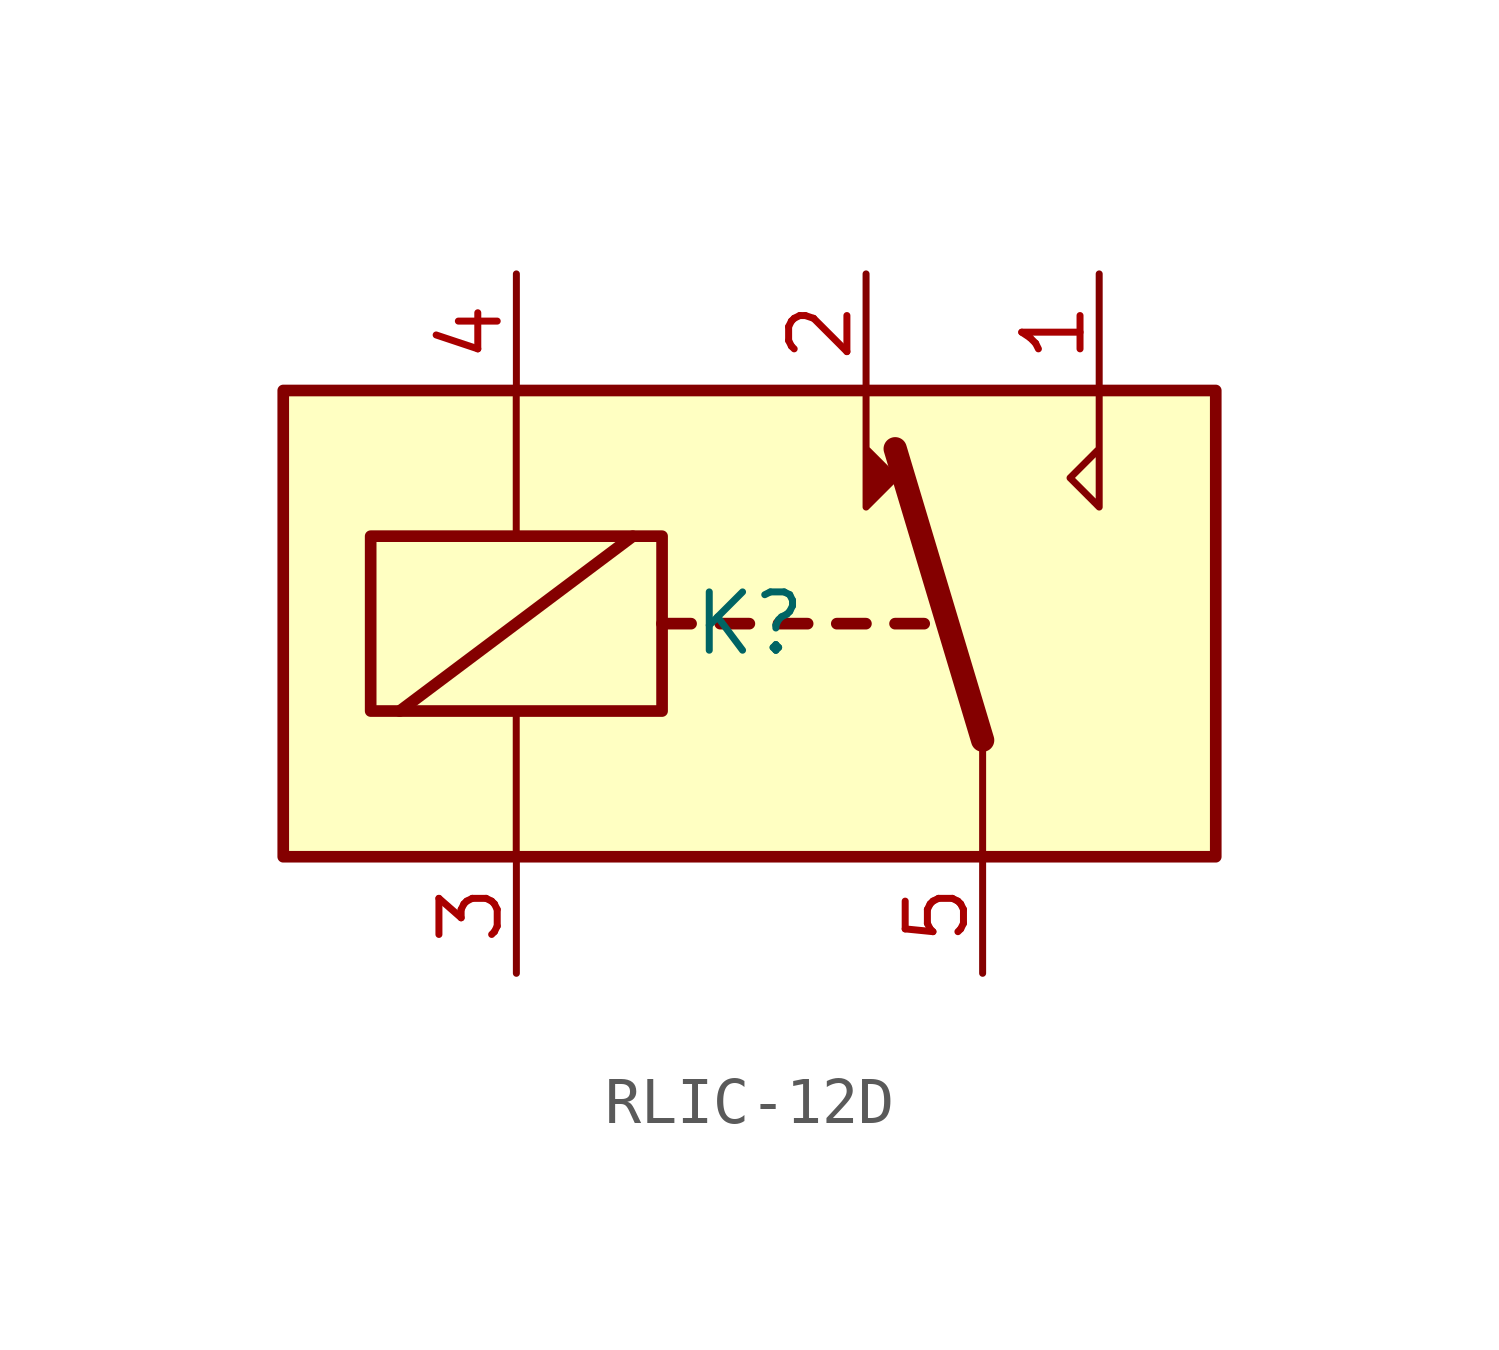
<source format=kicad_sym>
(kicad_symbol_lib
  (version 20241209)
  (generator "kicad_symbol_editor")
  (generator_version "9.0")
  (symbol "RLIC-12D"
    (property "Reference" "K"
      (at 0 0 0)
      (effects (font (size 1.27 1.27))))
    (property "Value" ""
      (at 0 0 0)
      (effects (font (size 1.27 1.27))))
    (symbol "RLIC-12D_0_0"
      (polyline (pts (xy 7.62 5.08) (xy 7.62 2.54) (xy 6.985 3.175) (xy 7.62 3.81)) (stroke (width 0) (type default)) (fill (type none))))
    (symbol "RLIC-12D_0_1"
      (rectangle (start -10.16 5.08) (end 10.16 -5.08) (stroke (width 0.254) (type default)) (fill (type background)))
      (rectangle (start -8.255 1.905) (end -1.905 -1.905) (stroke (width 0.254) (type default)) (fill (type none)))
      (polyline (pts (xy -7.623 -1.906) (xy -2.543 1.904)) (stroke (width 0.254) (type default)) (fill (type none)))
      (polyline (pts (xy -5.083 5.079) (xy -5.083 1.904)) (stroke (width 0) (type default)) (fill (type none)))
      (polyline (pts (xy -5.083 -5.081) (xy -5.083 -1.906)) (stroke (width 0) (type default)) (fill (type none)))
      (polyline (pts (xy -1.908 -0.001) (xy -1.273 -0.001)) (stroke (width 0.254) (type default)) (fill (type none)))
      (polyline (pts (xy -0.638 -0.001) (xy -0.003 -0.001)) (stroke (width 0.254) (type default)) (fill (type none)))
      (polyline (pts (xy 0.632 -0.001) (xy 1.267 -0.001)) (stroke (width 0.254) (type default)) (fill (type none)))
      (polyline (pts (xy 1.902 -0.001) (xy 2.537 -0.001)) (stroke (width 0.254) (type default)) (fill (type none)))
      (polyline (pts (xy 2.54 5.08) (xy 2.54 2.54) (xy 3.175 3.175) (xy 2.54 3.81)) (stroke (width 0) (type default)) (fill (type outline)))
      (polyline (pts (xy 3.172 -0.001) (xy 3.807 -0.001)) (stroke (width 0.254) (type default)) (fill (type none)))
      (polyline (pts (xy 5.08 -2.54) (xy 3.175 3.81)) (stroke (width 0.508) (type default)) (fill (type none)))
      (polyline (pts (xy 5.08 -2.54) (xy 5.08 -5.08)) (stroke (width 0) (type default)) (fill (type none))))
    (symbol "RLIC-12D_1_1"
      (pin power_in line (at -5.08 7.62 270) (length 2.54) (name "" (effects (font (size 1.27 1.27)))) (number "4" (effects (font (size 1.27 1.27)))))
      (pin power_in line (at -5.08 -7.62 90) (length 2.54) (name "" (effects (font (size 1.27 1.27)))) (number "3" (effects (font (size 1.27 1.27)))))
      (pin output line (at 2.54 7.62 270) (length 2.54) (name "" (effects (font (size 1.27 1.27)))) (number "2" (effects (font (size 1.27 1.27)))))
      (pin input line (at 5.08 -7.62 90) (length 2.54) (name "" (effects (font (size 1.27 1.27)))) (number "5" (effects (font (size 1.27 1.27)))))
      (pin output line (at 7.62 7.62 270) (length 2.54) (name "" (effects (font (size 1.27 1.27)))) (number "1" (effects (font (size 1.27 1.27))))))))
</source>
